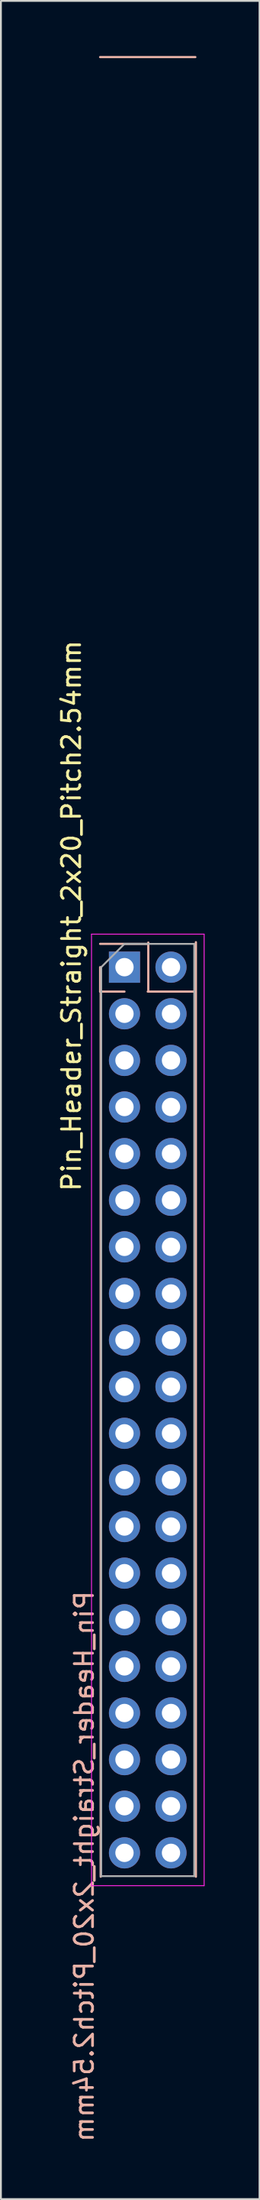
<source format=kicad_pcb>
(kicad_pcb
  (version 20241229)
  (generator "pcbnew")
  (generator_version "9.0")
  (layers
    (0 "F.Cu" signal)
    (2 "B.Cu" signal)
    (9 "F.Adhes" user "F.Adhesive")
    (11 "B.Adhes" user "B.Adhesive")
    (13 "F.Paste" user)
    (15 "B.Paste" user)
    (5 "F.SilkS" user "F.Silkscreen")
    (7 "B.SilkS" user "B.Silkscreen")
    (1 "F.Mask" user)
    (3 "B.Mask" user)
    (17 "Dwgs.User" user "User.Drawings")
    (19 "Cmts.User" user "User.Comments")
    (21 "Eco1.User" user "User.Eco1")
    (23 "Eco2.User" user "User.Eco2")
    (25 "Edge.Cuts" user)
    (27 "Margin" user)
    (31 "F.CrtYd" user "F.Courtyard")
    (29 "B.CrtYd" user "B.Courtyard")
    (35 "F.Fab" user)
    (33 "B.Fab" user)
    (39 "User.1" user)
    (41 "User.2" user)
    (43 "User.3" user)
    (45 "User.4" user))
  (footprint "Pin_Header_Straight_2x20_Pitch2.54mm"
    (layer "F.Cu")
    (at 3.748 49.65)
    (property "Reference" "Pin_Header_Straight_2x20_Pitch2.54mm" (at -2.9 -2.8 270) (layer "F.SilkS") (effects (font (size 1 1) (thickness 0.15))))
    (attr through_hole)
    (fp_line (start -1.33 -49.59) (end 3.87 -49.59) (stroke (width 0.12) (type solid)) (layer "B.SilkS"))
    (fp_line (start -1.33 -1.27) (end 1.27 -1.27) (stroke (width 0.12) (type solid)) (layer "B.SilkS"))
    (fp_line (start -1.33 0) (end -1.33 1.33) (stroke (width 0.12) (type solid)) (layer "B.SilkS"))
    (fp_line (start -1.33 1.33) (end 0 1.33) (stroke (width 0.12) (type solid)) (layer "B.SilkS"))
    (fp_line (start -1.3 49.56) (end -1.3 1.24) (stroke (width 0.12) (type solid)) (layer "B.SilkS"))
    (fp_line (start 1.27 1.33) (end 3.87 1.33) (stroke (width 0.12) (type solid)) (layer "B.SilkS"))
    (fp_line (start 1.3 -1.34) (end 1.3 1.26) (stroke (width 0.12) (type solid)) (layer "B.SilkS"))
    (fp_line (start 3.9 49.56) (end 3.9 -1.36) (stroke (width 0.12) (type solid)) (layer "B.SilkS"))
    (fp_line (start -1.8 -1.8) (end -1.8 50.05) (stroke (width 0.05) (type solid)) (layer "F.CrtYd"))
    (fp_line (start -1.8 50.05) (end 4.35 50.05) (stroke (width 0.05) (type solid)) (layer "F.CrtYd"))
    (fp_line (start 4.35 -1.8) (end -1.8 -1.8) (stroke (width 0.05) (type solid)) (layer "F.CrtYd"))
    (fp_line (start 4.35 50.05) (end 4.35 -1.8) (stroke (width 0.05) (type solid)) (layer "F.CrtYd"))
    (fp_line (start -1.27 0) (end 0 -1.27) (stroke (width 0.1) (type solid)) (layer "F.Fab"))
    (fp_line (start -1.27 49.53) (end -1.27 0) (stroke (width 0.1) (type solid)) (layer "F.Fab"))
    (fp_line (start 0 -1.27) (end 3.81 -1.27) (stroke (width 0.1) (type solid)) (layer "F.Fab"))
    (fp_line (start 3.81 -1.27) (end 3.81 49.53) (stroke (width 0.1) (type solid)) (layer "F.Fab"))
    (fp_line (start 3.81 49.53) (end -1.27 49.53) (stroke (width 0.1) (type solid)) (layer "F.Fab"))
    (fp_text user "${REFERENCE}" (at -2.2 49 90) (layer "B.SilkS") (effects (font (size 1 1) (thickness 0.15)) (justify mirror)))
    (pad "1" thru_hole rect (at 0 0) (size 1.7 1.7) (drill 1) (layers "*.Cu" "*.Mask"))
    (pad "2" thru_hole oval (at 2.54 0) (size 1.7 1.7) (drill 1) (layers "*.Cu" "*.Mask"))
    (pad "3" thru_hole oval (at 0 2.54) (size 1.7 1.7) (drill 1) (layers "*.Cu" "*.Mask"))
    (pad "4" thru_hole oval (at 2.54 2.54) (size 1.7 1.7) (drill 1) (layers "*.Cu" "*.Mask"))
    (pad "5" thru_hole oval (at 0 5.08) (size 1.7 1.7) (drill 1) (layers "*.Cu" "*.Mask"))
    (pad "6" thru_hole oval (at 2.54 5.08) (size 1.7 1.7) (drill 1) (layers "*.Cu" "*.Mask"))
    (pad "7" thru_hole oval (at 0 7.62) (size 1.7 1.7) (drill 1) (layers "*.Cu" "*.Mask"))
    (pad "8" thru_hole oval (at 2.54 7.62) (size 1.7 1.7) (drill 1) (layers "*.Cu" "*.Mask"))
    (pad "9" thru_hole oval (at 0 10.16) (size 1.7 1.7) (drill 1) (layers "*.Cu" "*.Mask"))
    (pad "10" thru_hole oval (at 2.54 10.16) (size 1.7 1.7) (drill 1) (layers "*.Cu" "*.Mask"))
    (pad "11" thru_hole oval (at 0 12.7) (size 1.7 1.7) (drill 1) (layers "*.Cu" "*.Mask"))
    (pad "12" thru_hole oval (at 2.54 12.7) (size 1.7 1.7) (drill 1) (layers "*.Cu" "*.Mask"))
    (pad "13" thru_hole oval (at 0 15.24) (size 1.7 1.7) (drill 1) (layers "*.Cu" "*.Mask"))
    (pad "14" thru_hole oval (at 2.54 15.24) (size 1.7 1.7) (drill 1) (layers "*.Cu" "*.Mask"))
    (pad "15" thru_hole oval (at 0 17.78) (size 1.7 1.7) (drill 1) (layers "*.Cu" "*.Mask"))
    (pad "16" thru_hole oval (at 2.54 17.78) (size 1.7 1.7) (drill 1) (layers "*.Cu" "*.Mask"))
    (pad "17" thru_hole oval (at 0 20.32) (size 1.7 1.7) (drill 1) (layers "*.Cu" "*.Mask"))
    (pad "18" thru_hole oval (at 2.54 20.32) (size 1.7 1.7) (drill 1) (layers "*.Cu" "*.Mask"))
    (pad "19" thru_hole oval (at 0 22.86) (size 1.7 1.7) (drill 1) (layers "*.Cu" "*.Mask"))
    (pad "20" thru_hole oval (at 2.54 22.86) (size 1.7 1.7) (drill 1) (layers "*.Cu" "*.Mask"))
    (pad "21" thru_hole oval (at 0 25.4) (size 1.7 1.7) (drill 1) (layers "*.Cu" "*.Mask"))
    (pad "22" thru_hole oval (at 2.54 25.4) (size 1.7 1.7) (drill 1) (layers "*.Cu" "*.Mask"))
    (pad "23" thru_hole oval (at 0 27.94) (size 1.7 1.7) (drill 1) (layers "*.Cu" "*.Mask"))
    (pad "24" thru_hole oval (at 2.54 27.94) (size 1.7 1.7) (drill 1) (layers "*.Cu" "*.Mask"))
    (pad "25" thru_hole oval (at 0 30.48) (size 1.7 1.7) (drill 1) (layers "*.Cu" "*.Mask"))
    (pad "26" thru_hole oval (at 2.54 30.48) (size 1.7 1.7) (drill 1) (layers "*.Cu" "*.Mask"))
    (pad "27" thru_hole oval (at 0 33.02) (size 1.7 1.7) (drill 1) (layers "*.Cu" "*.Mask"))
    (pad "28" thru_hole oval (at 2.54 33.02) (size 1.7 1.7) (drill 1) (layers "*.Cu" "*.Mask"))
    (pad "29" thru_hole oval (at 0 35.56) (size 1.7 1.7) (drill 1) (layers "*.Cu" "*.Mask"))
    (pad "30" thru_hole oval (at 2.54 35.56) (size 1.7 1.7) (drill 1) (layers "*.Cu" "*.Mask"))
    (pad "31" thru_hole oval (at 0 38.1) (size 1.7 1.7) (drill 1) (layers "*.Cu" "*.Mask"))
    (pad "32" thru_hole oval (at 2.54 38.1) (size 1.7 1.7) (drill 1) (layers "*.Cu" "*.Mask"))
    (pad "33" thru_hole oval (at 0 40.64) (size 1.7 1.7) (drill 1) (layers "*.Cu" "*.Mask"))
    (pad "34" thru_hole oval (at 2.54 40.64) (size 1.7 1.7) (drill 1) (layers "*.Cu" "*.Mask"))
    (pad "35" thru_hole oval (at 0 43.18) (size 1.7 1.7) (drill 1) (layers "*.Cu" "*.Mask"))
    (pad "36" thru_hole oval (at 2.54 43.18) (size 1.7 1.7) (drill 1) (layers "*.Cu" "*.Mask"))
    (pad "37" thru_hole oval (at 0 45.72) (size 1.7 1.7) (drill 1) (layers "*.Cu" "*.Mask"))
    (pad "38" thru_hole oval (at 2.54 45.72) (size 1.7 1.7) (drill 1) (layers "*.Cu" "*.Mask"))
    (pad "39" thru_hole oval (at 0 48.26) (size 1.7 1.7) (drill 1) (layers "*.Cu" "*.Mask"))
    (pad "40" thru_hole oval (at 2.54 48.26) (size 1.7 1.7) (drill 1) (layers "*.Cu" "*.Mask")))
  (gr_rect
    (start -3 -3)
    (end 11.123 116.775)
    (stroke (width 0.1) (type default))
    (fill no)
    (layer "Edge.Cuts")))
</source>
